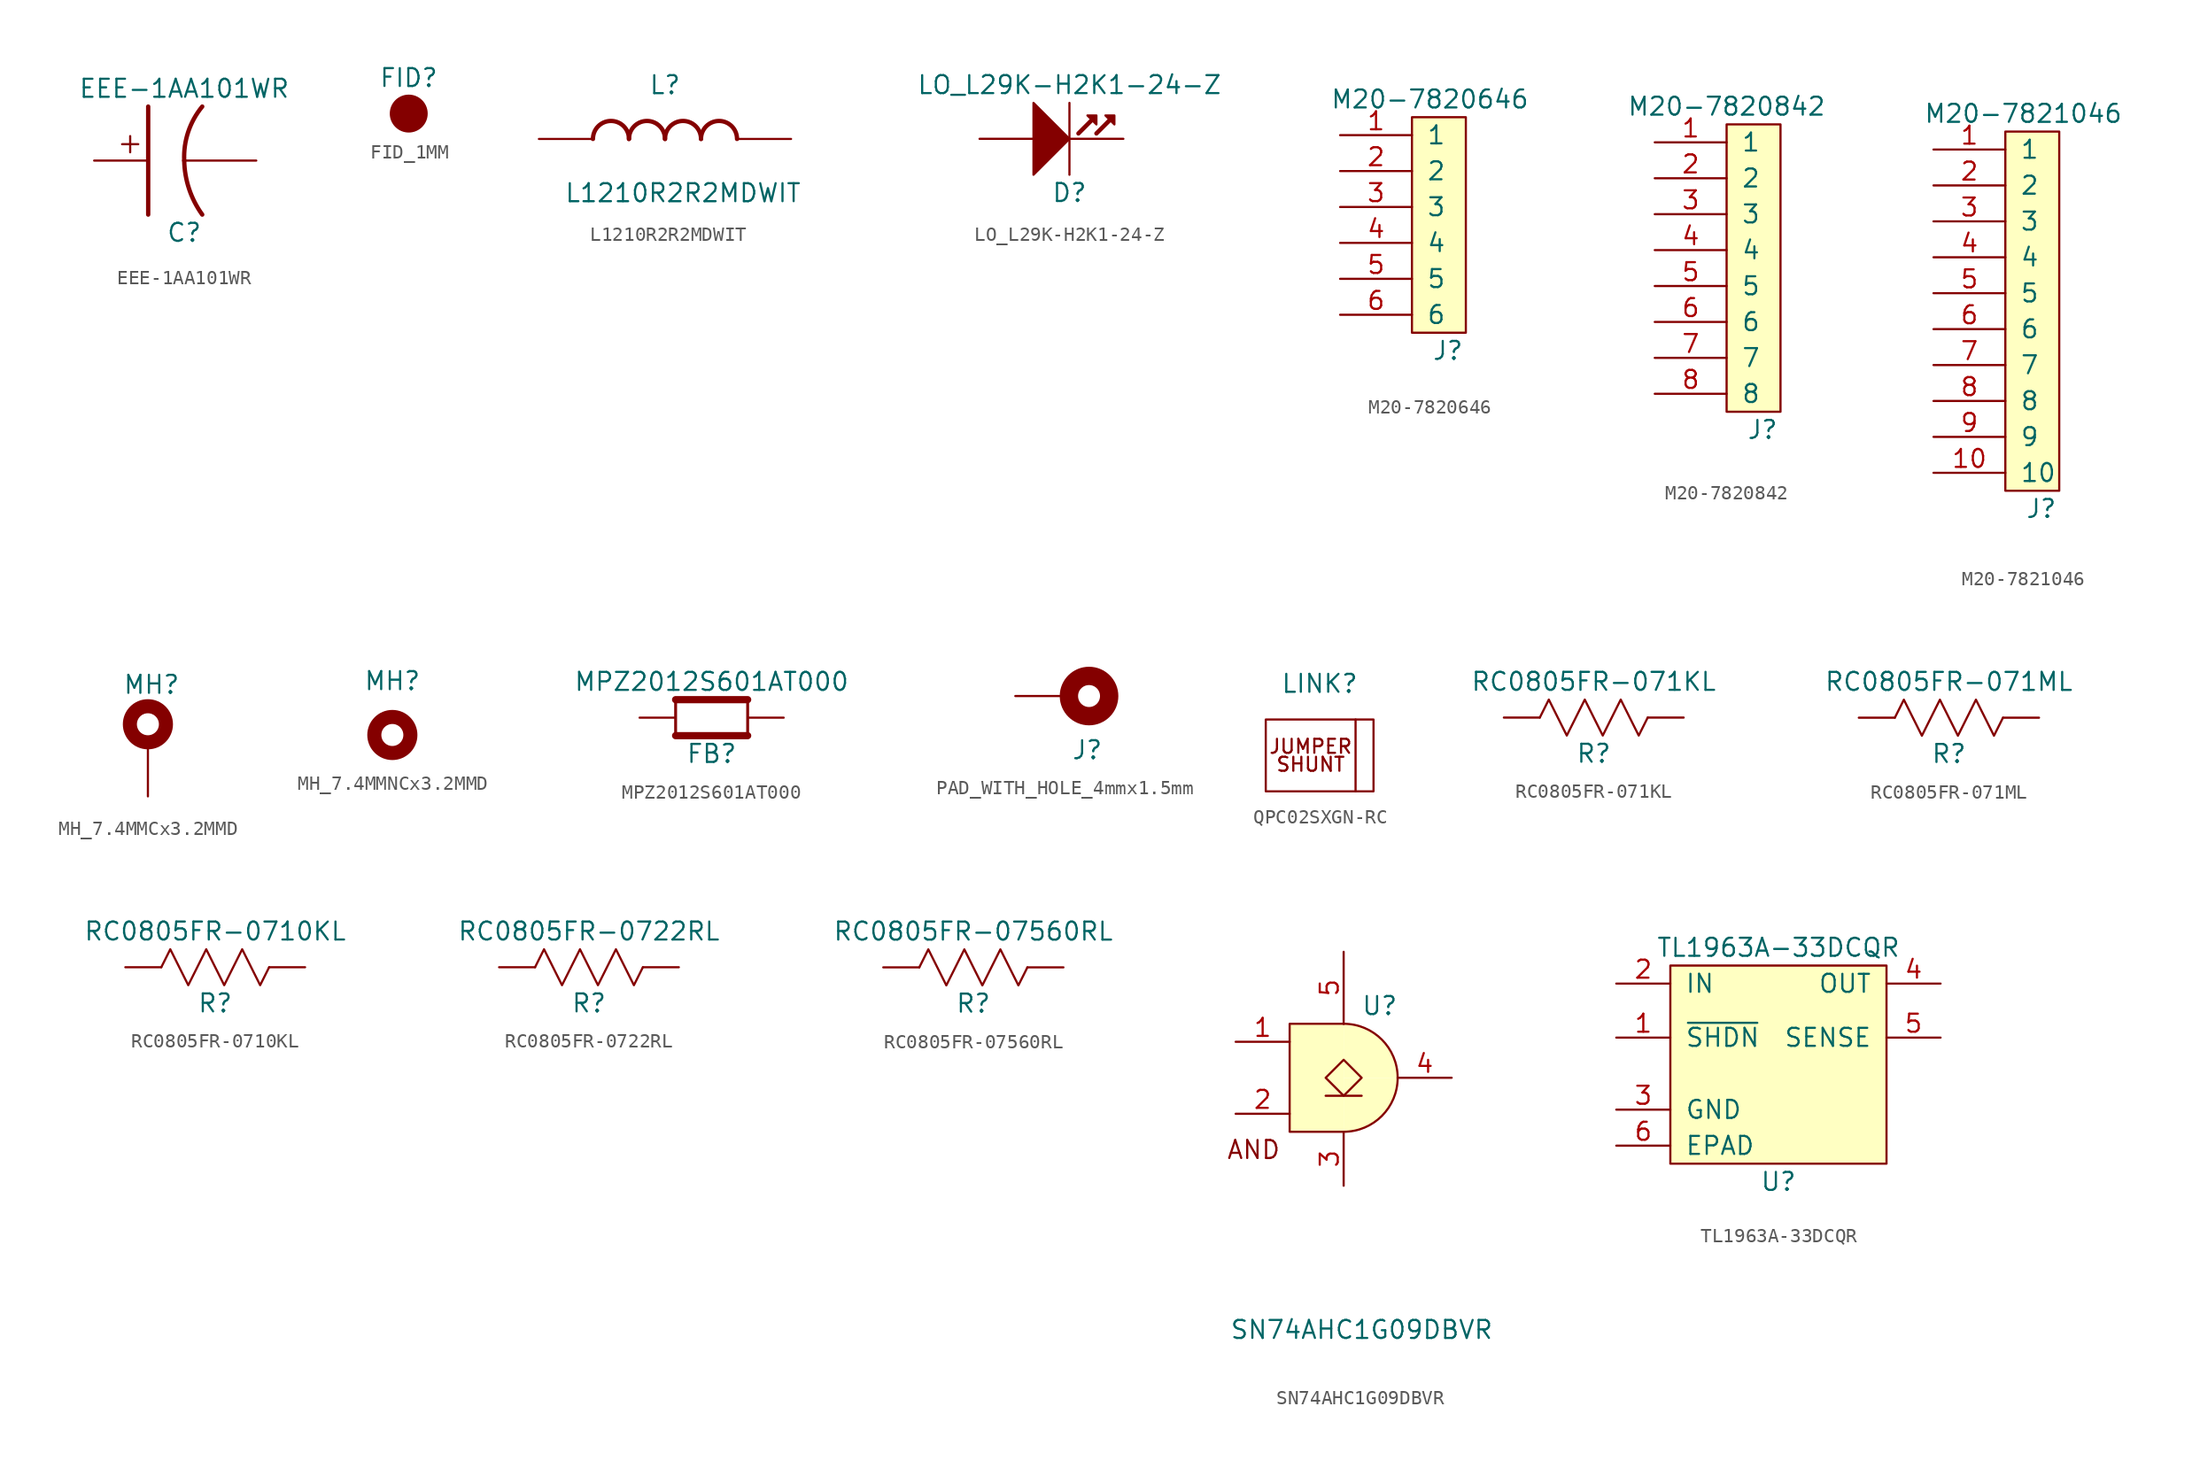
<source format=kicad_sym>
(kicad_symbol_lib
  (version 20220914)
  (generator kicad_symbol_editor)
  (symbol "EEE-1AA101WR"
    (pin_numbers hide)
    (pin_names
      (offset 1.016) hide)
    (property "Reference" "C"
      (at 0 -5.08 0)
      (effects (font (size 1.27 1.27))))
    (property "Value" "EEE-1AA101WR"
      (at 0 5.08 0)
      (effects (font (size 1.27 1.27))))
    (symbol "EEE-1AA101WR_0_0"
      (text "+" (at -3.81 1.27 0) (effects (font (size 1.499 1.499)))))
    (symbol "EEE-1AA101WR_0_1"
      (polyline (pts (xy -2.54 3.81) (xy -2.54 -3.81)) (stroke (width 0.305) (type solid)) (fill (type none)))
      (arc (start 0 0) (mid 0.3443 -2.0019) (end 1.27 -3.81) (stroke (width 0.3048) (type solid)) (fill (type none)))
      (arc (start 1.27 3.81) (mid 0.2813 2.0229) (end 0 0) (stroke (width 0.3048) (type solid)) (fill (type none))))
    (symbol "EEE-1AA101WR_1_1"
      (pin passive line (at -6.35 0 0) (length 3.81) (name "1" (effects (font (size 1.27 1.27)))) (number "1" (effects (font (size 1.27 1.27)))))
      (pin passive line (at 5.08 0 180) (length 5.08) (name "2" (effects (font (size 1.27 1.27)))) (number "2" (effects (font (size 1.27 1.27)))))))
  (symbol "FID_1MM"
    (pin_names
      (offset 1.016))
    (property "Reference" "FID"
      (at 0 2.54 0)
      (effects (font (size 1.27 1.27))))
    (symbol "FID_1MM_0_1"
      (circle (center 0 0) (radius 1.27) (stroke (width 0) (type solid)) (fill (type outline)))))
  (symbol "L1210R2R2MDWIT"
    (pin_numbers hide)
    (pin_names
      (offset 1.016) hide)
    (property "Reference" "L"
      (at 0 3.81 0)
      (effects (font (size 1.27 1.27))))
    (property "Value" "L1210R2R2MDWIT"
      (at 1.27 -3.81 0)
      (effects (font (size 1.27 1.27))))
    (symbol "L1210R2R2MDWIT_0_1"
      (arc (start -2.54 0) (mid -3.81 1.2645) (end -5.08 0) (stroke (width 0.3048) (type solid)) (fill (type none)))
      (arc (start 0 0) (mid -1.27 1.2645) (end -2.54 0) (stroke (width 0.3048) (type solid)) (fill (type none)))
      (arc (start 2.54 0) (mid 1.27 1.2645) (end 0 0) (stroke (width 0.3048) (type solid)) (fill (type none)))
      (arc (start 5.08 0) (mid 3.81 1.2645) (end 2.54 0) (stroke (width 0.3048) (type solid)) (fill (type none))))
    (symbol "L1210R2R2MDWIT_1_1"
      (pin passive line (at -8.89 0 0) (length 3.81) (name "1" (effects (font (size 1.27 1.27)))) (number "1" (effects (font (size 1.27 1.27)))))
      (pin passive line (at 8.89 0 180) (length 3.81) (name "2" (effects (font (size 1.27 1.27)))) (number "2" (effects (font (size 1.27 1.27)))))))
  (symbol "LO_L29K-H2K1-24-Z"
    (pin_numbers hide)
    (pin_names
      (offset 1.016) hide)
    (property "Reference" "D"
      (at 0 -3.81 0)
      (effects (font (size 1.27 1.27))))
    (property "Value" "LO_L29K-H2K1-24-Z"
      (at 0 3.81 0)
      (effects (font (size 1.27 1.27))))
    (symbol "LO_L29K-H2K1-24-Z_0_1"
      (polyline (pts (xy 0 2.54) (xy 0 -2.54)) (stroke (width 0) (type solid)) (fill (type none)))
      (polyline (pts (xy 1.651 1.397) (xy 0.635 0.381)) (stroke (width 0.305) (type solid)) (fill (type none)))
      (polyline (pts (xy 2.921 1.397) (xy 1.905 0.381)) (stroke (width 0.305) (type solid)) (fill (type none)))
      (polyline (pts (xy -2.54 2.54) (xy 0 0) (xy -2.54 -2.54) (xy -2.54 2.54)) (stroke (width 0) (type solid)) (fill (type outline)))
      (polyline (pts (xy 1.27 1.651) (xy 1.905 1.651) (xy 1.905 1.016) (xy 1.27 1.651)) (stroke (width 0) (type solid)) (fill (type outline)))
      (polyline (pts (xy 2.54 1.651) (xy 3.175 1.651) (xy 3.175 1.016) (xy 2.54 1.651)) (stroke (width 0) (type solid)) (fill (type outline))))
    (symbol "LO_L29K-H2K1-24-Z_1_1"
      (pin passive line (at 3.81 0 180) (length 3.81) (name "Cathode" (effects (font (size 1.27 1.27)))) (number "1" (effects (font (size 1.27 1.27)))))
      (pin passive line (at -6.35 0 0) (length 3.81) (name "Anode" (effects (font (size 1.27 1.27)))) (number "2" (effects (font (size 1.27 1.27)))))))
  (symbol "M20-7820646"
    (pin_names
      (offset 1.016))
    (property "Reference" "J"
      (at 1.27 -8.89 0)
      (effects (font (size 1.27 1.27))))
    (property "Value" "M20-7820646"
      (at 0 8.89 0)
      (effects (font (size 1.27 1.27))))
    (symbol "M20-7820646_0_1"
      (rectangle (start -1.27 7.62) (end 2.54 -7.62) (stroke (width 0) (type solid)) (fill (type background))))
    (symbol "M20-7820646_1_1"
      (pin passive line (at -6.35 6.35 0) (length 5.08) (name "1" (effects (font (size 1.27 1.27)))) (number "1" (effects (font (size 1.27 1.27)))))
      (pin passive line (at -6.35 3.81 0) (length 5.08) (name "2" (effects (font (size 1.27 1.27)))) (number "2" (effects (font (size 1.27 1.27)))))
      (pin passive line (at -6.35 1.27 0) (length 5.08) (name "3" (effects (font (size 1.27 1.27)))) (number "3" (effects (font (size 1.27 1.27)))))
      (pin passive line (at -6.35 -1.27 0) (length 5.08) (name "4" (effects (font (size 1.27 1.27)))) (number "4" (effects (font (size 1.27 1.27)))))
      (pin passive line (at -6.35 -3.81 0) (length 5.08) (name "5" (effects (font (size 1.27 1.27)))) (number "5" (effects (font (size 1.27 1.27)))))
      (pin passive line (at -6.35 -6.35 0) (length 5.08) (name "6" (effects (font (size 1.27 1.27)))) (number "6" (effects (font (size 1.27 1.27)))))))
  (symbol "M20-7820842"
    (pin_names
      (offset 1.016))
    (property "Reference" "J"
      (at 1.27 -11.43 0)
      (effects (font (size 1.27 1.27))))
    (property "Value" "M20-7820842"
      (at -1.27 11.43 0)
      (effects (font (size 1.27 1.27))))
    (symbol "M20-7820842_0_1"
      (rectangle (start -1.27 10.16) (end 2.54 -10.16) (stroke (width 0) (type solid)) (fill (type background))))
    (symbol "M20-7820842_1_1"
      (pin passive line (at -6.35 8.89 0) (length 5.08) (name "1" (effects (font (size 1.27 1.27)))) (number "1" (effects (font (size 1.27 1.27)))))
      (pin passive line (at -6.35 6.35 0) (length 5.08) (name "2" (effects (font (size 1.27 1.27)))) (number "2" (effects (font (size 1.27 1.27)))))
      (pin passive line (at -6.35 3.81 0) (length 5.08) (name "3" (effects (font (size 1.27 1.27)))) (number "3" (effects (font (size 1.27 1.27)))))
      (pin passive line (at -6.35 1.27 0) (length 5.08) (name "4" (effects (font (size 1.27 1.27)))) (number "4" (effects (font (size 1.27 1.27)))))
      (pin passive line (at -6.35 -1.27 0) (length 5.08) (name "5" (effects (font (size 1.27 1.27)))) (number "5" (effects (font (size 1.27 1.27)))))
      (pin passive line (at -6.35 -3.81 0) (length 5.08) (name "6" (effects (font (size 1.27 1.27)))) (number "6" (effects (font (size 1.27 1.27)))))
      (pin passive line (at -6.35 -6.35 0) (length 5.08) (name "7" (effects (font (size 1.27 1.27)))) (number "7" (effects (font (size 1.27 1.27)))))
      (pin passive line (at -6.35 -8.89 0) (length 5.08) (name "8" (effects (font (size 1.27 1.27)))) (number "8" (effects (font (size 1.27 1.27)))))))
  (symbol "M20-7821046"
    (pin_names
      (offset 1.016))
    (property "Reference" "J"
      (at 1.27 -13.97 0)
      (effects (font (size 1.27 1.27))))
    (property "Value" "M20-7821046"
      (at 0 13.97 0)
      (effects (font (size 1.27 1.27))))
    (symbol "M20-7821046_0_1"
      (rectangle (start -1.27 12.7) (end 2.54 -12.7) (stroke (width 0) (type solid)) (fill (type background))))
    (symbol "M20-7821046_1_1"
      (pin passive line (at -6.35 11.43 0) (length 5.08) (name "1" (effects (font (size 1.27 1.27)))) (number "1" (effects (font (size 1.27 1.27)))))
      (pin passive line (at -6.35 -11.43 0) (length 5.08) (name "10" (effects (font (size 1.27 1.27)))) (number "10" (effects (font (size 1.27 1.27)))))
      (pin passive line (at -6.35 8.89 0) (length 5.08) (name "2" (effects (font (size 1.27 1.27)))) (number "2" (effects (font (size 1.27 1.27)))))
      (pin passive line (at -6.35 6.35 0) (length 5.08) (name "3" (effects (font (size 1.27 1.27)))) (number "3" (effects (font (size 1.27 1.27)))))
      (pin passive line (at -6.35 3.81 0) (length 5.08) (name "4" (effects (font (size 1.27 1.27)))) (number "4" (effects (font (size 1.27 1.27)))))
      (pin passive line (at -6.35 1.27 0) (length 5.08) (name "5" (effects (font (size 1.27 1.27)))) (number "5" (effects (font (size 1.27 1.27)))))
      (pin passive line (at -6.35 -1.27 0) (length 5.08) (name "6" (effects (font (size 1.27 1.27)))) (number "6" (effects (font (size 1.27 1.27)))))
      (pin passive line (at -6.35 -3.81 0) (length 5.08) (name "7" (effects (font (size 1.27 1.27)))) (number "7" (effects (font (size 1.27 1.27)))))
      (pin passive line (at -6.35 -6.35 0) (length 5.08) (name "8" (effects (font (size 1.27 1.27)))) (number "8" (effects (font (size 1.27 1.27)))))
      (pin passive line (at -6.35 -8.89 0) (length 5.08) (name "9" (effects (font (size 1.27 1.27)))) (number "9" (effects (font (size 1.27 1.27)))))))
  (symbol "MH_7.4MMCx3.2MMD"
    (pin_numbers hide)
    (pin_names
      (offset 1.016) hide)
    (property "Reference" "MH"
      (at 0.254 2.794 0)
      (effects (font (size 1.27 1.27))))
    (symbol "MH_7.4MMCx3.2MMD_0_1"
      (circle (center 0 0) (radius 1.27) (stroke (width 0.991) (type solid)) (fill (type none))))
    (symbol "MH_7.4MMCx3.2MMD_1_1"
      (pin passive line (at 0 -5.08 90) (length 3.81) (name "1" (effects (font (size 1.27 1.27)))) (number "1" (effects (font (size 1.27 1.27)))))))
  (symbol "MH_7.4MMNCx3.2MMD"
    (pin_names
      (offset 1.016))
    (property "Reference" "MH"
      (at 0 3.81 0)
      (effects (font (size 1.27 1.27))))
    (symbol "MH_7.4MMNCx3.2MMD_0_1"
      (circle (center 0 0) (radius 1.27) (stroke (width 0.991) (type solid)) (fill (type none)))))
  (symbol "MPZ2012S601AT000"
    (pin_numbers hide)
    (pin_names
      (offset 1.016))
    (property "Reference" "FB"
      (at 0 -2.54 0)
      (effects (font (size 1.27 1.27))))
    (property "Value" "MPZ2012S601AT000"
      (at 0 2.54 0)
      (effects (font (size 1.27 1.27))))
    (symbol "MPZ2012S601AT000_0_1"
      (rectangle (start -2.54 -1.27) (end -2.54 1.27) (stroke (width 0.203) (type solid)) (fill (type none)))
      (rectangle (start -2.54 -1.27) (end 2.54 -1.27) (stroke (width 0.508) (type solid)) (fill (type none)))
      (rectangle (start -2.54 1.27) (end 2.54 1.27) (stroke (width 0.508) (type solid)) (fill (type none)))
      (rectangle (start 2.54 1.27) (end 2.54 -1.27) (stroke (width 0.203) (type solid)) (fill (type none))))
    (symbol "MPZ2012S601AT000_1_1"
      (pin passive line (at -5.08 0 0) (length 2.489) (name "~" (effects (font (size 1.27 1.27)))) (number "1" (effects (font (size 1.27 1.27)))))
      (pin passive line (at 5.08 0 180) (length 2.489) (name "~" (effects (font (size 1.27 1.27)))) (number "2" (effects (font (size 1.27 1.27)))))))
  (symbol "PAD_WITH_HOLE_4mmx1.5mm"
    (pin_numbers hide)
    (pin_names
      (offset 1.016) hide)
    (property "Reference" "J"
      (at 1.27 -3.81 0)
      (effects (font (size 1.27 1.27))))
    (symbol "PAD_WITH_HOLE_4mmx1.5mm_0_1"
      (circle (center 1.397 0) (radius 1.422) (stroke (width 1.295) (type solid)) (fill (type none))))
    (symbol "PAD_WITH_HOLE_4mmx1.5mm_1_1"
      (pin passive line (at -3.81 0 0) (length 3.81) (name "1" (effects (font (size 1.27 1.27)))) (number "1" (effects (font (size 1.27 1.27)))))))
  (symbol "QPC02SXGN-RC"
    (pin_names
      (offset 1.016))
    (property "Reference" "LINK"
      (at 0 5.08 0)
      (effects (font (size 1.27 1.27))))
    (symbol "QPC02SXGN-RC_0_0"
      (text "JUMPER" (at -0.635 0.635 0) (effects (font (size 0.991 0.991))))
      (text "SHUNT" (at -0.635 -0.635 0) (effects (font (size 0.991 0.991)))))
    (symbol "QPC02SXGN-RC_0_1"
      (rectangle (start -3.81 2.54) (end 3.81 -2.54) (stroke (width 0) (type solid)) (fill (type none)))
      (polyline (pts (xy 2.54 2.54) (xy 2.54 -2.54)) (stroke (width 0) (type solid)) (fill (type none)))))
  (symbol "RC0805FR-071KL"
    (pin_numbers hide)
    (pin_names
      (offset 1.016))
    (property "Reference" "R"
      (at 0 -2.54 0)
      (effects (font (size 1.27 1.27))))
    (property "Value" "RC0805FR-071KL"
      (at 0 2.54 0)
      (effects (font (size 1.27 1.27))))
    (symbol "RC0805FR-071KL_0_1"
      (polyline (pts (xy -3.81 0) (xy -3.175 1.27) (xy -1.905 -1.27) (xy -0.635 1.27) (xy 0.635 -1.27) (xy 1.905 1.27) (xy 3.175 -1.27) (xy 3.81 0)) (stroke (width 0) (type solid)) (fill (type none))))
    (symbol "RC0805FR-071KL_1_1"
      (pin passive line (at -6.35 0 0) (length 2.54) (name "~" (effects (font (size 1.27 1.27)))) (number "1" (effects (font (size 1.27 1.27)))))
      (pin passive line (at 6.35 0 180) (length 2.54) (name "~" (effects (font (size 1.27 1.27)))) (number "2" (effects (font (size 1.27 1.27)))))))
  (symbol "RC0805FR-071ML"
    (pin_numbers hide)
    (pin_names
      (offset 1.016))
    (property "Reference" "R"
      (at 0 -2.54 0)
      (effects (font (size 1.27 1.27))))
    (property "Value" "RC0805FR-071ML"
      (at 0 2.54 0)
      (effects (font (size 1.27 1.27))))
    (symbol "RC0805FR-071ML_0_1"
      (polyline (pts (xy -3.81 0) (xy -3.175 1.27) (xy -1.905 -1.27) (xy -0.635 1.27) (xy 0.635 -1.27) (xy 1.905 1.27) (xy 3.175 -1.27) (xy 3.81 0)) (stroke (width 0) (type solid)) (fill (type none))))
    (symbol "RC0805FR-071ML_1_1"
      (pin passive line (at -6.35 0 0) (length 2.54) (name "~" (effects (font (size 1.27 1.27)))) (number "1" (effects (font (size 1.27 1.27)))))
      (pin passive line (at 6.35 0 180) (length 2.54) (name "~" (effects (font (size 1.27 1.27)))) (number "2" (effects (font (size 1.27 1.27)))))))
  (symbol "RC0805FR-0710KL"
    (pin_numbers hide)
    (pin_names
      (offset 1.016))
    (property "Reference" "R"
      (at 0 -2.54 0)
      (effects (font (size 1.27 1.27))))
    (property "Value" "RC0805FR-0710KL"
      (at 0 2.54 0)
      (effects (font (size 1.27 1.27))))
    (symbol "RC0805FR-0710KL_0_1"
      (polyline (pts (xy -3.81 0) (xy -3.175 1.27) (xy -1.905 -1.27) (xy -0.635 1.27) (xy 0.635 -1.27) (xy 1.905 1.27) (xy 3.175 -1.27) (xy 3.81 0)) (stroke (width 0) (type solid)) (fill (type none))))
    (symbol "RC0805FR-0710KL_1_1"
      (pin passive line (at -6.35 0 0) (length 2.54) (name "~" (effects (font (size 1.27 1.27)))) (number "1" (effects (font (size 1.27 1.27)))))
      (pin passive line (at 6.35 0 180) (length 2.54) (name "~" (effects (font (size 1.27 1.27)))) (number "2" (effects (font (size 1.27 1.27)))))))
  (symbol "RC0805FR-0722RL"
    (pin_numbers hide)
    (pin_names
      (offset 1.016))
    (property "Reference" "R"
      (at 0 -2.54 0)
      (effects (font (size 1.27 1.27))))
    (property "Value" "RC0805FR-0722RL"
      (at 0 2.54 0)
      (effects (font (size 1.27 1.27))))
    (symbol "RC0805FR-0722RL_0_1"
      (polyline (pts (xy -3.81 0) (xy -3.175 1.27) (xy -1.905 -1.27) (xy -0.635 1.27) (xy 0.635 -1.27) (xy 1.905 1.27) (xy 3.175 -1.27) (xy 3.81 0)) (stroke (width 0) (type solid)) (fill (type none))))
    (symbol "RC0805FR-0722RL_1_1"
      (pin passive line (at -6.35 0 0) (length 2.54) (name "~" (effects (font (size 1.27 1.27)))) (number "1" (effects (font (size 1.27 1.27)))))
      (pin passive line (at 6.35 0 180) (length 2.54) (name "~" (effects (font (size 1.27 1.27)))) (number "2" (effects (font (size 1.27 1.27)))))))
  (symbol "RC0805FR-07560RL"
    (pin_numbers hide)
    (pin_names
      (offset 1.016))
    (property "Reference" "R"
      (at 0 -2.54 0)
      (effects (font (size 1.27 1.27))))
    (property "Value" "RC0805FR-07560RL"
      (at 0 2.54 0)
      (effects (font (size 1.27 1.27))))
    (symbol "RC0805FR-07560RL_0_1"
      (polyline (pts (xy -3.81 0) (xy -3.175 1.27) (xy -1.905 -1.27) (xy -0.635 1.27) (xy 0.635 -1.27) (xy 1.905 1.27) (xy 3.175 -1.27) (xy 3.81 0)) (stroke (width 0) (type solid)) (fill (type none))))
    (symbol "RC0805FR-07560RL_1_1"
      (pin passive line (at -6.35 0 0) (length 2.54) (name "~" (effects (font (size 1.27 1.27)))) (number "1" (effects (font (size 1.27 1.27)))))
      (pin passive line (at 6.35 0 180) (length 2.54) (name "~" (effects (font (size 1.27 1.27)))) (number "2" (effects (font (size 1.27 1.27)))))))
  (symbol "SN74AHC1G09DBVR"
    (pin_names
      (offset 1.016) hide)
    (property "Reference" "U"
      (at 2.54 5.08 0)
      (effects (font (size 1.27 1.27))))
    (property "Value" "SN74AHC1G09DBVR"
      (at 1.27 -17.78 0)
      (effects (font (size 1.27 1.27))))
    (symbol "SN74AHC1G09DBVR_0_0"
      (text "AND" (at -6.35 -5.08 0) (effects (font (size 1.27 1.27)))))
    (symbol "SN74AHC1G09DBVR_1_1"
      (arc (start 0 -3.81) (mid 2.6941 -2.6941) (end 3.81 0) (stroke (width 0) (type solid)) (fill (type background)))
      (polyline (pts (xy -1.27 -1.27) (xy 1.27 -1.27)) (stroke (width 0) (type solid)) (fill (type none)))
      (polyline (pts (xy 0 3.81) (xy -3.81 3.81) (xy -3.81 -3.81) (xy 0 -3.81)) (stroke (width 0) (type solid)) (fill (type background)))
      (polyline (pts (xy 0 1.27) (xy -1.27 0) (xy 0 -1.27) (xy 1.27 0) (xy 0 1.27)) (stroke (width 0) (type solid)) (fill (type none)))
      (arc (start 3.81 0) (mid 2.6941 2.6941) (end 0 3.81) (stroke (width 0) (type solid)) (fill (type background)))
      (pin input line (at -7.62 2.54 0) (length 3.81) (name "A" (effects (font (size 1.27 1.27)))) (number "1" (effects (font (size 1.27 1.27)))))
      (pin input line (at -7.62 -2.54 0) (length 3.81) (name "B" (effects (font (size 1.27 1.27)))) (number "2" (effects (font (size 1.27 1.27)))))
      (pin power_in line (at 0 -7.62 90) (length 3.81) (name "GND" (effects (font (size 1.27 1.27)))) (number "3" (effects (font (size 1.27 1.27)))))
      (pin output line (at 7.62 0 180) (length 3.81) (name "Y" (effects (font (size 1.27 1.27)))) (number "4" (effects (font (size 1.27 1.27)))))
      (pin power_in line (at 0 8.89 270) (length 5.08) (name "VCC" (effects (font (size 1.27 1.27)))) (number "5" (effects (font (size 1.27 1.27)))))))
  (symbol "TL1963A-33DCQR"
    (pin_names
      (offset 1.016))
    (property "Reference" "U"
      (at 0 -7.62 0)
      (effects (font (size 1.27 1.27))))
    (property "Value" "TL1963A-33DCQR"
      (at 0 8.89 0)
      (effects (font (size 1.27 1.27))))
    (symbol "TL1963A-33DCQR_0_1"
      (rectangle (start -7.62 7.62) (end 7.62 -6.35) (stroke (width 0) (type solid)) (fill (type background))))
    (symbol "TL1963A-33DCQR_1_1"
      (pin input line (at -11.43 2.54 0) (length 3.81) (name "~{SHDN}" (effects (font (size 1.27 1.27)))) (number "1" (effects (font (size 1.27 1.27)))))
      (pin power_in line (at -11.43 6.35 0) (length 3.81) (name "IN" (effects (font (size 1.27 1.27)))) (number "2" (effects (font (size 1.27 1.27)))))
      (pin power_in line (at -11.43 -2.54 0) (length 3.81) (name "GND" (effects (font (size 1.27 1.27)))) (number "3" (effects (font (size 1.27 1.27)))))
      (pin power_out line (at 11.43 6.35 180) (length 3.81) (name "OUT" (effects (font (size 1.27 1.27)))) (number "4" (effects (font (size 1.27 1.27)))))
      (pin input line (at 11.43 2.54 180) (length 3.81) (name "SENSE" (effects (font (size 1.27 1.27)))) (number "5" (effects (font (size 1.27 1.27)))))
      (pin power_in line (at -11.43 -5.08 0) (length 3.81) (name "EPAD" (effects (font (size 1.27 1.27)))) (number "6" (effects (font (size 1.27 1.27))))))))
</source>
